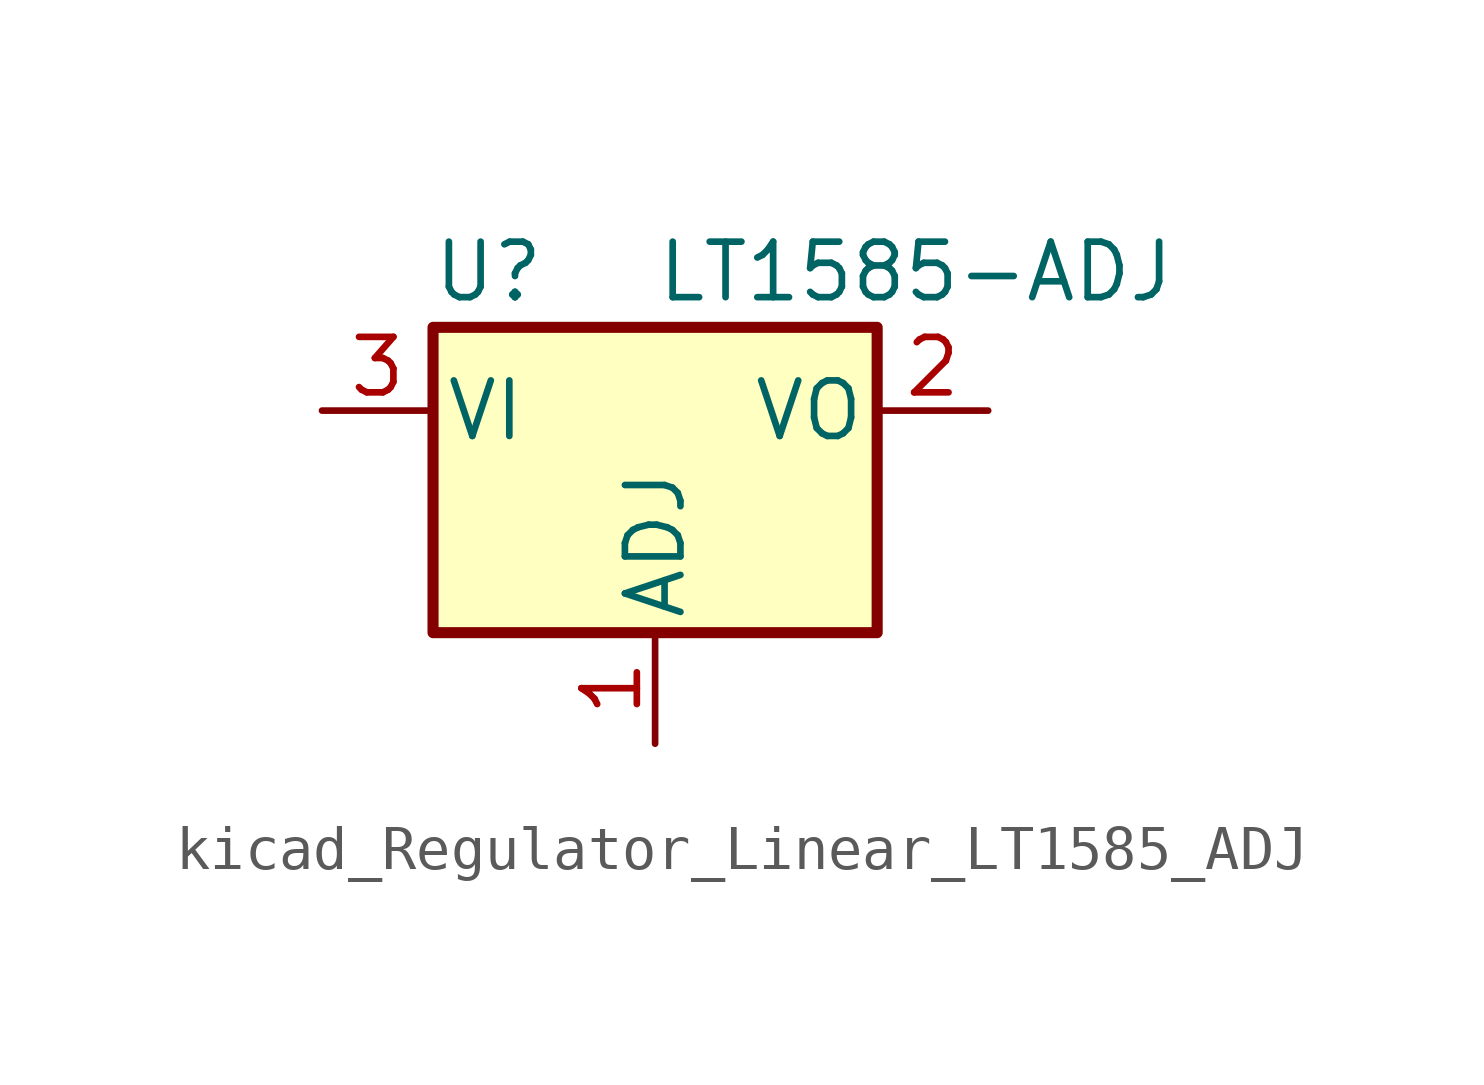
<source format=kicad_sym>
(kicad_symbol_lib
  (version 20220914)
  (generator kicad_symbol_editor)
  (symbol "kicad_Regulator_Linear_LT1585_ADJ"
    (pin_names
      (offset 0.254))
    (property "Reference" "U"
      (at -3.81 3.175 0)
      (effects (font (size 1.27 1.27))))
    (property "Value" "LT1585-ADJ"
      (at 0 3.175 0)
      (effects (font (size 1.27 1.27)) (justify left)))
    (symbol "kicad_Regulator_Linear_LT1585_ADJ_0_1"
      (rectangle (start -5.08 -5.08) (end 5.08 1.905) (stroke (width 0.254) (type default)) (fill (type background))))
    (symbol "kicad_Regulator_Linear_LT1585_ADJ_1_1"
      (pin input line (at 0 -7.62 90) (length 2.54) (name "ADJ" (effects (font (size 1.27 1.27)))) (number "1" (effects (font (size 1.27 1.27)))))
      (pin power_out line (at 7.62 0 180) (length 2.54) (name "VO" (effects (font (size 1.27 1.27)))) (number "2" (effects (font (size 1.27 1.27)))))
      (pin power_in line (at -7.62 0 0) (length 2.54) (name "VI" (effects (font (size 1.27 1.27)))) (number "3" (effects (font (size 1.27 1.27))))))))
</source>
